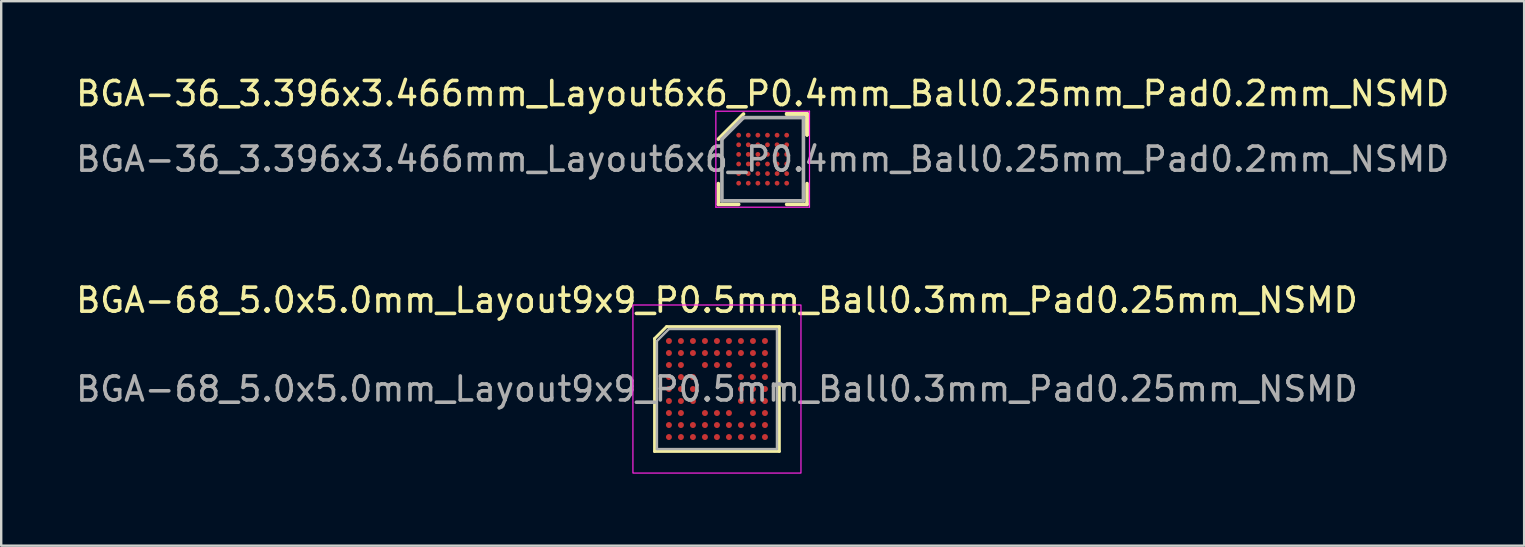
<source format=kicad_pcb>
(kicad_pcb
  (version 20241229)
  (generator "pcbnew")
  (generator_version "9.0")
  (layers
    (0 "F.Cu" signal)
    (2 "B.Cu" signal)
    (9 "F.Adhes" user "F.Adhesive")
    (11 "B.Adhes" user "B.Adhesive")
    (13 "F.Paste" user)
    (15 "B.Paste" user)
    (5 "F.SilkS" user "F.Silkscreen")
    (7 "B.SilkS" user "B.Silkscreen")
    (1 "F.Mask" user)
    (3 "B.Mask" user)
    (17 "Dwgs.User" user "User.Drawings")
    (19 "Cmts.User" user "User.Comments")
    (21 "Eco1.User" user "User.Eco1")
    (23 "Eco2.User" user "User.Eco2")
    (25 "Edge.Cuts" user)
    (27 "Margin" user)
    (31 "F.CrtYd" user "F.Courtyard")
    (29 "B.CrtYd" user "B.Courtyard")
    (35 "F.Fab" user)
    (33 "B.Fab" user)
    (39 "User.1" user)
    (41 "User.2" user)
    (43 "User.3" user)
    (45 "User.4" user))
  (footprint "BGA-36_3.396x3.466mm_Layout6x6_P0.4mm_Ball0.25mm_Pad0.2mm_NSMD"
    (layer "F.Cu")
    (at 28.72 3.581)
    (property "Reference" "BGA-36_3.396x3.466mm_Layout6x6_P0.4mm_Ball0.25mm_Pad0.2mm_NSMD" (at 0 -2.733 0) (layer "F.SilkS") (effects (font (size 1 1) (thickness 0.15))))
    (attr smd)
    (fp_line (start -1.848 1.883) (end -1.848 1.016) (stroke (width 0.15) (type solid)) (layer "F.SilkS"))
    (fp_line (start -0.999 1.883) (end -1.848 1.883) (stroke (width 0.15) (type solid)) (layer "F.SilkS"))
    (fp_line (start -0.798 -1.883) (end -1.848 -0.833) (stroke (width 0.15) (type solid)) (layer "F.SilkS"))
    (fp_line (start 0.999 -1.883) (end 1.848 -1.883) (stroke (width 0.15) (type solid)) (layer "F.SilkS"))
    (fp_line (start 0.999 -1.883) (end 1.848 -1.883) (stroke (width 0.15) (type solid)) (layer "F.SilkS"))
    (fp_line (start 0.999 -1.883) (end 1.848 -1.883) (stroke (width 0.15) (type solid)) (layer "F.SilkS"))
    (fp_line (start 0.999 1.883) (end 1.848 1.883) (stroke (width 0.15) (type solid)) (layer "F.SilkS"))
    (fp_line (start 1.848 -1.883) (end 1.848 -1.016) (stroke (width 0.15) (type solid)) (layer "F.SilkS"))
    (fp_line (start 1.848 -1.883) (end 1.848 -1.016) (stroke (width 0.15) (type solid)) (layer "F.SilkS"))
    (fp_line (start 1.848 -1.883) (end 1.848 -1.016) (stroke (width 0.15) (type solid)) (layer "F.SilkS"))
    (fp_line (start 1.848 1.883) (end 1.848 1.016) (stroke (width 0.15) (type solid)) (layer "F.SilkS"))
    (fp_line (start -1.95 -2) (end 1.95 -2) (stroke (width 0.05) (type solid)) (layer "F.CrtYd"))
    (fp_line (start -1.95 2) (end -1.95 -2) (stroke (width 0.05) (type solid)) (layer "F.CrtYd"))
    (fp_line (start 1.95 -2) (end 1.95 2) (stroke (width 0.05) (type solid)) (layer "F.CrtYd"))
    (fp_line (start 1.95 2) (end -1.95 2) (stroke (width 0.05) (type solid)) (layer "F.CrtYd"))
    (fp_line (start -1.698 -0.833) (end -1.698 1.733) (stroke (width 0.15) (type solid)) (layer "F.Fab"))
    (fp_line (start -1.698 1.733) (end 1.698 1.733) (stroke (width 0.15) (type solid)) (layer "F.Fab"))
    (fp_line (start -0.798 -1.733) (end -1.698 -0.833) (stroke (width 0.15) (type solid)) (layer "F.Fab"))
    (fp_line (start 1.698 -1.733) (end -0.798 -1.733) (stroke (width 0.15) (type solid)) (layer "F.Fab"))
    (fp_line (start 1.698 1.733) (end 1.698 -1.733) (stroke (width 0.15) (type solid)) (layer "F.Fab"))
    (fp_text user "${REFERENCE}" (at 0 0 0) (layer "F.Fab") (effects (font (size 1 1) (thickness 0.15))))
    (pad "A1" smd circle (at -1 -1) (size 0.2 0.2) (layers "F.Cu" "F.Mask" "F.Paste"))
    (pad "A2" smd circle (at -0.6 -1) (size 0.2 0.2) (layers "F.Cu" "F.Mask" "F.Paste"))
    (pad "A3" smd circle (at -0.2 -1) (size 0.2 0.2) (layers "F.Cu" "F.Mask" "F.Paste"))
    (pad "A4" smd circle (at 0.2 -1) (size 0.2 0.2) (layers "F.Cu" "F.Mask" "F.Paste"))
    (pad "A5" smd circle (at 0.6 -1) (size 0.2 0.2) (layers "F.Cu" "F.Mask" "F.Paste"))
    (pad "A6" smd circle (at 1 -1) (size 0.2 0.2) (layers "F.Cu" "F.Mask" "F.Paste"))
    (pad "B1" smd circle (at -1 -0.6) (size 0.2 0.2) (layers "F.Cu" "F.Mask" "F.Paste"))
    (pad "B2" smd circle (at -0.6 -0.6) (size 0.2 0.2) (layers "F.Cu" "F.Mask" "F.Paste"))
    (pad "B3" smd circle (at -0.2 -0.6) (size 0.2 0.2) (layers "F.Cu" "F.Mask" "F.Paste"))
    (pad "B4" smd circle (at 0.2 -0.6) (size 0.2 0.2) (layers "F.Cu" "F.Mask" "F.Paste"))
    (pad "B5" smd circle (at 0.6 -0.6) (size 0.2 0.2) (layers "F.Cu" "F.Mask" "F.Paste"))
    (pad "B6" smd circle (at 1 -0.6) (size 0.2 0.2) (layers "F.Cu" "F.Mask" "F.Paste"))
    (pad "C1" smd circle (at -1 -0.2) (size 0.2 0.2) (layers "F.Cu" "F.Mask" "F.Paste"))
    (pad "C2" smd circle (at -0.6 -0.2) (size 0.2 0.2) (layers "F.Cu" "F.Mask" "F.Paste"))
    (pad "C3" smd circle (at -0.2 -0.2) (size 0.2 0.2) (layers "F.Cu" "F.Mask" "F.Paste"))
    (pad "C4" smd circle (at 0.2 -0.2) (size 0.2 0.2) (layers "F.Cu" "F.Mask" "F.Paste"))
    (pad "C5" smd circle (at 0.6 -0.2) (size 0.2 0.2) (layers "F.Cu" "F.Mask" "F.Paste"))
    (pad "C6" smd circle (at 1 -0.2) (size 0.2 0.2) (layers "F.Cu" "F.Mask" "F.Paste"))
    (pad "D1" smd circle (at -1 0.2) (size 0.2 0.2) (layers "F.Cu" "F.Mask" "F.Paste"))
    (pad "D2" smd circle (at -0.6 0.2) (size 0.2 0.2) (layers "F.Cu" "F.Mask" "F.Paste"))
    (pad "D3" smd circle (at -0.2 0.2) (size 0.2 0.2) (layers "F.Cu" "F.Mask" "F.Paste"))
    (pad "D4" smd circle (at 0.2 0.2) (size 0.2 0.2) (layers "F.Cu" "F.Mask" "F.Paste"))
    (pad "D5" smd circle (at 0.6 0.2) (size 0.2 0.2) (layers "F.Cu" "F.Mask" "F.Paste"))
    (pad "D6" smd circle (at 1 0.2) (size 0.2 0.2) (layers "F.Cu" "F.Mask" "F.Paste"))
    (pad "E1" smd circle (at -1 0.6) (size 0.2 0.2) (layers "F.Cu" "F.Mask" "F.Paste"))
    (pad "E2" smd circle (at -0.6 0.6) (size 0.2 0.2) (layers "F.Cu" "F.Mask" "F.Paste"))
    (pad "E3" smd circle (at -0.2 0.6) (size 0.2 0.2) (layers "F.Cu" "F.Mask" "F.Paste"))
    (pad "E4" smd circle (at 0.2 0.6) (size 0.2 0.2) (layers "F.Cu" "F.Mask" "F.Paste"))
    (pad "E5" smd circle (at 0.6 0.6) (size 0.2 0.2) (layers "F.Cu" "F.Mask" "F.Paste"))
    (pad "E6" smd circle (at 1 0.6) (size 0.2 0.2) (layers "F.Cu" "F.Mask" "F.Paste"))
    (pad "F1" smd circle (at -1 1) (size 0.2 0.2) (layers "F.Cu" "F.Mask" "F.Paste"))
    (pad "F2" smd circle (at -0.6 1) (size 0.2 0.2) (layers "F.Cu" "F.Mask" "F.Paste"))
    (pad "F3" smd circle (at -0.2 1) (size 0.2 0.2) (layers "F.Cu" "F.Mask" "F.Paste"))
    (pad "F4" smd circle (at 0.2 1) (size 0.2 0.2) (layers "F.Cu" "F.Mask" "F.Paste"))
    (pad "F5" smd circle (at 0.6 1) (size 0.2 0.2) (layers "F.Cu" "F.Mask" "F.Paste"))
    (pad "F6" smd circle (at 1 1) (size 0.2 0.2) (layers "F.Cu" "F.Mask" "F.Paste")))
  (footprint "BGA-68_5.0x5.0mm_Layout9x9_P0.5mm_Ball0.3mm_Pad0.25mm_NSMD"
    (layer "F.Cu")
    (at 26.815 13.155)
    (property "Reference" "BGA-68_5.0x5.0mm_Layout9x9_P0.5mm_Ball0.3mm_Pad0.25mm_NSMD" (at 0 -3.7 0) (layer "F.SilkS") (effects (font (size 1 1) (thickness 0.15))))
    (attr smd)
    (fp_line (start -2.6 -2.1) (end -2.6 2.6) (stroke (width 0.12) (type solid)) (layer "F.SilkS"))
    (fp_line (start -2.6 2.6) (end 2.6 2.6) (stroke (width 0.12) (type solid)) (layer "F.SilkS"))
    (fp_line (start -2.1 -2.6) (end -2.6 -2.1) (stroke (width 0.12) (type solid)) (layer "F.SilkS"))
    (fp_line (start 2.6 -2.6) (end -2.1 -2.6) (stroke (width 0.12) (type solid)) (layer "F.SilkS"))
    (fp_line (start 2.6 2.6) (end 2.6 -2.6) (stroke (width 0.12) (type solid)) (layer "F.SilkS"))
    (fp_rect (start 3.5 3.5) (end -3.5 -3.5) (stroke (width 0.05) (type solid)) (fill no) (layer "F.CrtYd"))
    (fp_line (start -2.5 -2) (end -2.5 2.5) (stroke (width 0.1) (type solid)) (layer "F.Fab"))
    (fp_line (start -2.5 2.5) (end 2.5 2.5) (stroke (width 0.1) (type solid)) (layer "F.Fab"))
    (fp_line (start -2 -2.5) (end -2.5 -2) (stroke (width 0.1) (type solid)) (layer "F.Fab"))
    (fp_line (start 2.5 -2.5) (end -2 -2.5) (stroke (width 0.1) (type solid)) (layer "F.Fab"))
    (fp_line (start 2.5 2.5) (end 2.5 -2.5) (stroke (width 0.1) (type solid)) (layer "F.Fab"))
    (fp_text user "${REFERENCE}" (at 0 0 0) (layer "F.Fab") (effects (font (size 1 1) (thickness 0.15))))
    (pad "A1" smd circle (at -2 -2) (size 0.25 0.25) (layers "F.Cu" "F.Mask" "F.Paste"))
    (pad "A2" smd circle (at -1.5 -2) (size 0.25 0.25) (layers "F.Cu" "F.Mask" "F.Paste"))
    (pad "A3" smd circle (at -1 -2) (size 0.25 0.25) (layers "F.Cu" "F.Mask" "F.Paste"))
    (pad "A4" smd circle (at -0.5 -2) (size 0.25 0.25) (layers "F.Cu" "F.Mask" "F.Paste"))
    (pad "A5" smd circle (at 0 -2) (size 0.25 0.25) (layers "F.Cu" "F.Mask" "F.Paste"))
    (pad "A6" smd circle (at 0.5 -2) (size 0.25 0.25) (layers "F.Cu" "F.Mask" "F.Paste"))
    (pad "A7" smd circle (at 1 -2) (size 0.25 0.25) (layers "F.Cu" "F.Mask" "F.Paste"))
    (pad "A8" smd circle (at 1.5 -2) (size 0.25 0.25) (layers "F.Cu" "F.Mask" "F.Paste"))
    (pad "A9" smd circle (at 2 -2) (size 0.25 0.25) (layers "F.Cu" "F.Mask" "F.Paste"))
    (pad "B1" smd circle (at -2 -1.5) (size 0.25 0.25) (layers "F.Cu" "F.Mask" "F.Paste"))
    (pad "B2" smd circle (at -1.5 -1.5) (size 0.25 0.25) (layers "F.Cu" "F.Mask" "F.Paste"))
    (pad "B3" smd circle (at -1 -1.5) (size 0.25 0.25) (layers "F.Cu" "F.Mask" "F.Paste"))
    (pad "B4" smd circle (at -0.5 -1.5) (size 0.25 0.25) (layers "F.Cu" "F.Mask" "F.Paste"))
    (pad "B5" smd circle (at 0 -1.5) (size 0.25 0.25) (layers "F.Cu" "F.Mask" "F.Paste"))
    (pad "B6" smd circle (at 0.5 -1.5) (size 0.25 0.25) (layers "F.Cu" "F.Mask" "F.Paste"))
    (pad "B7" smd circle (at 1 -1.5) (size 0.25 0.25) (layers "F.Cu" "F.Mask" "F.Paste"))
    (pad "B8" smd circle (at 1.5 -1.5) (size 0.25 0.25) (layers "F.Cu" "F.Mask" "F.Paste"))
    (pad "B9" smd circle (at 2 -1.5) (size 0.25 0.25) (layers "F.Cu" "F.Mask" "F.Paste"))
    (pad "C1" smd circle (at -2 -1) (size 0.25 0.25) (layers "F.Cu" "F.Mask" "F.Paste"))
    (pad "C2" smd circle (at -1.5 -1) (size 0.25 0.25) (layers "F.Cu" "F.Mask" "F.Paste"))
    (pad "C4" smd circle (at -0.5 -1) (size 0.25 0.25) (layers "F.Cu" "F.Mask" "F.Paste"))
    (pad "C5" smd circle (at 0 -1) (size 0.25 0.25) (layers "F.Cu" "F.Mask" "F.Paste"))
    (pad "C6" smd circle (at 0.5 -1) (size 0.25 0.25) (layers "F.Cu" "F.Mask" "F.Paste"))
    (pad "C8" smd circle (at 1.5 -1) (size 0.25 0.25) (layers "F.Cu" "F.Mask" "F.Paste"))
    (pad "C9" smd circle (at 2 -1) (size 0.25 0.25) (layers "F.Cu" "F.Mask" "F.Paste"))
    (pad "D1" smd circle (at -2 -0.5) (size 0.25 0.25) (layers "F.Cu" "F.Mask" "F.Paste"))
    (pad "D2" smd circle (at -1.5 -0.5) (size 0.25 0.25) (layers "F.Cu" "F.Mask" "F.Paste"))
    (pad "D3" smd circle (at -1 -0.5) (size 0.25 0.25) (layers "F.Cu" "F.Mask" "F.Paste"))
    (pad "D7" smd circle (at 1 -0.5) (size 0.25 0.25) (layers "F.Cu" "F.Mask" "F.Paste"))
    (pad "D8" smd circle (at 1.5 -0.5) (size 0.25 0.25) (layers "F.Cu" "F.Mask" "F.Paste"))
    (pad "D9" smd circle (at 2 -0.5) (size 0.25 0.25) (layers "F.Cu" "F.Mask" "F.Paste"))
    (pad "E1" smd circle (at -2 0) (size 0.25 0.25) (layers "F.Cu" "F.Mask" "F.Paste"))
    (pad "E2" smd circle (at -1.5 0) (size 0.25 0.25) (layers "F.Cu" "F.Mask" "F.Paste"))
    (pad "E3" smd circle (at -1 0) (size 0.25 0.25) (layers "F.Cu" "F.Mask" "F.Paste"))
    (pad "E7" smd circle (at 1 0) (size 0.25 0.25) (layers "F.Cu" "F.Mask" "F.Paste"))
    (pad "E8" smd circle (at 1.5 0) (size 0.25 0.25) (layers "F.Cu" "F.Mask" "F.Paste"))
    (pad "E9" smd circle (at 2 0) (size 0.25 0.25) (layers "F.Cu" "F.Mask" "F.Paste"))
    (pad "F1" smd circle (at -2 0.5) (size 0.25 0.25) (layers "F.Cu" "F.Mask" "F.Paste"))
    (pad "F2" smd circle (at -1.5 0.5) (size 0.25 0.25) (layers "F.Cu" "F.Mask" "F.Paste"))
    (pad "F3" smd circle (at -1 0.5) (size 0.25 0.25) (layers "F.Cu" "F.Mask" "F.Paste"))
    (pad "F7" smd circle (at 1 0.5) (size 0.25 0.25) (layers "F.Cu" "F.Mask" "F.Paste"))
    (pad "F8" smd circle (at 1.5 0.5) (size 0.25 0.25) (layers "F.Cu" "F.Mask" "F.Paste"))
    (pad "F9" smd circle (at 2 0.5) (size 0.25 0.25) (layers "F.Cu" "F.Mask" "F.Paste"))
    (pad "G1" smd circle (at -2 1) (size 0.25 0.25) (layers "F.Cu" "F.Mask" "F.Paste"))
    (pad "G2" smd circle (at -1.5 1) (size 0.25 0.25) (layers "F.Cu" "F.Mask" "F.Paste"))
    (pad "G4" smd circle (at -0.5 1) (size 0.25 0.25) (layers "F.Cu" "F.Mask" "F.Paste"))
    (pad "G5" smd circle (at 0 1) (size 0.25 0.25) (layers "F.Cu" "F.Mask" "F.Paste"))
    (pad "G6" smd circle (at 0.5 1) (size 0.25 0.25) (layers "F.Cu" "F.Mask" "F.Paste"))
    (pad "G8" smd circle (at 1.5 1) (size 0.25 0.25) (layers "F.Cu" "F.Mask" "F.Paste"))
    (pad "G9" smd circle (at 2 1) (size 0.25 0.25) (layers "F.Cu" "F.Mask" "F.Paste"))
    (pad "H1" smd circle (at -2 1.5) (size 0.25 0.25) (layers "F.Cu" "F.Mask" "F.Paste"))
    (pad "H2" smd circle (at -1.5 1.5) (size 0.25 0.25) (layers "F.Cu" "F.Mask" "F.Paste"))
    (pad "H3" smd circle (at -1 1.5) (size 0.25 0.25) (layers "F.Cu" "F.Mask" "F.Paste"))
    (pad "H4" smd circle (at -0.5 1.5) (size 0.25 0.25) (layers "F.Cu" "F.Mask" "F.Paste"))
    (pad "H5" smd circle (at 0 1.5) (size 0.25 0.25) (layers "F.Cu" "F.Mask" "F.Paste"))
    (pad "H6" smd circle (at 0.5 1.5) (size 0.25 0.25) (layers "F.Cu" "F.Mask" "F.Paste"))
    (pad "H7" smd circle (at 1 1.5) (size 0.25 0.25) (layers "F.Cu" "F.Mask" "F.Paste"))
    (pad "H8" smd circle (at 1.5 1.5) (size 0.25 0.25) (layers "F.Cu" "F.Mask" "F.Paste"))
    (pad "H9" smd circle (at 2 1.5) (size 0.25 0.25) (layers "F.Cu" "F.Mask" "F.Paste"))
    (pad "J1" smd circle (at -2 2) (size 0.25 0.25) (layers "F.Cu" "F.Mask" "F.Paste"))
    (pad "J2" smd circle (at -1.5 2) (size 0.25 0.25) (layers "F.Cu" "F.Mask" "F.Paste"))
    (pad "J3" smd circle (at -1 2) (size 0.25 0.25) (layers "F.Cu" "F.Mask" "F.Paste"))
    (pad "J4" smd circle (at -0.5 2) (size 0.25 0.25) (layers "F.Cu" "F.Mask" "F.Paste"))
    (pad "J5" smd circle (at 0 2) (size 0.25 0.25) (layers "F.Cu" "F.Mask" "F.Paste"))
    (pad "J6" smd circle (at 0.5 2) (size 0.25 0.25) (layers "F.Cu" "F.Mask" "F.Paste"))
    (pad "J7" smd circle (at 1 2) (size 0.25 0.25) (layers "F.Cu" "F.Mask" "F.Paste"))
    (pad "J8" smd circle (at 1.5 2) (size 0.25 0.25) (layers "F.Cu" "F.Mask" "F.Paste"))
    (pad "J9" smd circle (at 2 2) (size 0.25 0.25) (layers "F.Cu" "F.Mask" "F.Paste")))
  (gr_rect
    (start -3 -3)
    (end 60.44 19.68)
    (stroke (width 0.1) (type default))
    (fill no)
    (layer "Edge.Cuts")))
</source>
